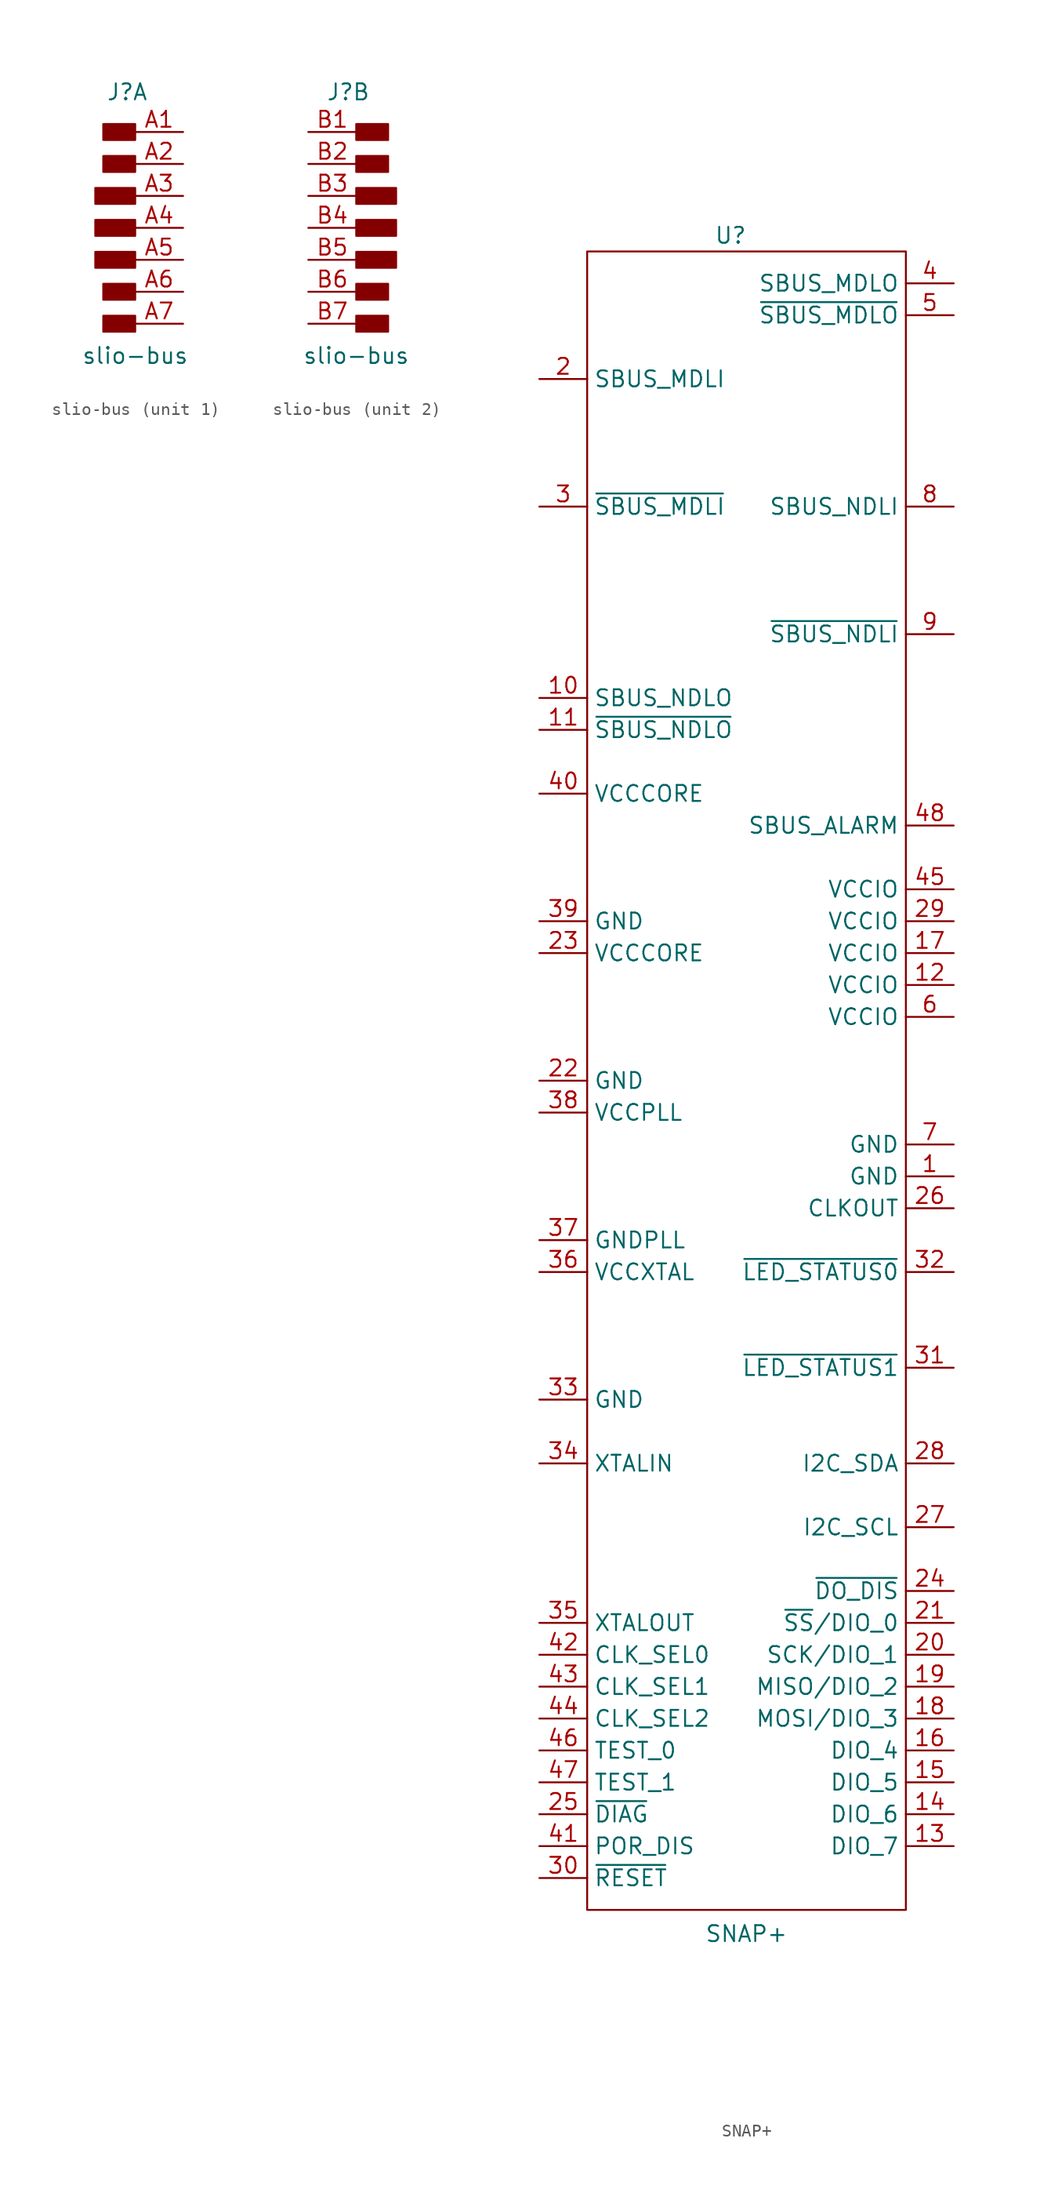
<source format=kicad_sym>
(kicad_symbol_lib
  (version 20211014)
  (generator kicad_symbol_editor)
  (symbol "slio-bus"
    (pin_names hide)
    (property "Reference" "J"
      (at -0.635 10.795 0)
      (effects (font (size 1.27 1.27))))
    (property "Value" "slio-bus"
      (at 0 -10.16 0)
      (effects (font (size 1.27 1.27))))
    (symbol "slio-bus_1_1"
      (rectangle (start -3.175 -3.175) (end 0 -1.905) (stroke (width 0) (type default) (color 0 0 0 0)) (fill (type outline)))
      (rectangle (start -3.175 -0.635) (end 0 0.635) (stroke (width 0) (type default) (color 0 0 0 0)) (fill (type outline)))
      (rectangle (start -3.175 1.905) (end 0 3.175) (stroke (width 0) (type default) (color 0 0 0 0)) (fill (type outline)))
      (rectangle (start -2.54 -8.255) (end 0 -6.985) (stroke (width 0) (type default) (color 0 0 0 0)) (fill (type outline)))
      (rectangle (start -2.54 -5.715) (end 0 -4.445) (stroke (width 0) (type default) (color 0 0 0 0)) (fill (type outline)))
      (rectangle (start -2.54 4.445) (end 0 5.715) (stroke (width 0) (type default) (color 0 0 0 0)) (fill (type outline)))
      (rectangle (start -2.54 6.985) (end 0 8.255) (stroke (width 0) (type default) (color 0 0 0 0)) (fill (type outline)))
      (pin passive line (at 3.81 7.62 180) (length 3.81) (name "A1" (effects (font (size 1.27 1.27)))) (number "A1" (effects (font (size 1.27 1.27)))))
      (pin passive line (at 3.81 5.08 180) (length 3.81) (name "A2" (effects (font (size 1.27 1.27)))) (number "A2" (effects (font (size 1.27 1.27)))))
      (pin passive line (at 3.81 2.54 180) (length 3.81) (name "A3" (effects (font (size 1.27 1.27)))) (number "A3" (effects (font (size 1.27 1.27)))))
      (pin passive line (at 3.81 0 180) (length 3.81) (name "A4" (effects (font (size 1.27 1.27)))) (number "A4" (effects (font (size 1.27 1.27)))))
      (pin passive line (at 3.81 -2.54 180) (length 3.81) (name "A5" (effects (font (size 1.27 1.27)))) (number "A5" (effects (font (size 1.27 1.27)))))
      (pin passive line (at 3.81 -5.08 180) (length 3.81) (name "A6" (effects (font (size 1.27 1.27)))) (number "A6" (effects (font (size 1.27 1.27)))))
      (pin passive line (at 3.81 -7.62 180) (length 3.81) (name "A7" (effects (font (size 1.27 1.27)))) (number "A7" (effects (font (size 1.27 1.27))))))
    (symbol "slio-bus_2_1"
      (rectangle (start 0 -6.985) (end 2.54 -8.255) (stroke (width 0) (type default) (color 0 0 0 0)) (fill (type outline)))
      (rectangle (start 0 -4.445) (end 2.54 -5.715) (stroke (width 0) (type default) (color 0 0 0 0)) (fill (type outline)))
      (rectangle (start 0 -1.905) (end 3.175 -3.175) (stroke (width 0) (type default) (color 0 0 0 0)) (fill (type outline)))
      (rectangle (start 0 0.635) (end 3.175 -0.635) (stroke (width 0) (type default) (color 0 0 0 0)) (fill (type outline)))
      (rectangle (start 0 3.175) (end 3.175 1.905) (stroke (width 0) (type default) (color 0 0 0 0)) (fill (type outline)))
      (rectangle (start 0 5.715) (end 2.54 4.445) (stroke (width 0) (type default) (color 0 0 0 0)) (fill (type outline)))
      (rectangle (start 0 8.255) (end 2.54 6.985) (stroke (width 0) (type default) (color 0 0 0 0)) (fill (type outline)))
      (pin passive line (at -3.81 7.62 0) (length 3.81) (name "B1" (effects (font (size 1.27 1.27)))) (number "B1" (effects (font (size 1.27 1.27)))))
      (pin passive line (at -3.81 5.08 0) (length 3.81) (name "B2" (effects (font (size 1.27 1.27)))) (number "B2" (effects (font (size 1.27 1.27)))))
      (pin passive line (at -3.81 2.54 0) (length 3.81) (name "B3" (effects (font (size 1.27 1.27)))) (number "B3" (effects (font (size 1.27 1.27)))))
      (pin passive line (at -3.81 0 0) (length 3.81) (name "B4" (effects (font (size 1.27 1.27)))) (number "B4" (effects (font (size 1.27 1.27)))))
      (pin passive line (at -3.81 -2.54 0) (length 3.81) (name "B5" (effects (font (size 1.27 1.27)))) (number "B5" (effects (font (size 1.27 1.27)))))
      (pin passive line (at -3.81 -5.08 0) (length 3.81) (name "B6" (effects (font (size 1.27 1.27)))) (number "B6" (effects (font (size 1.27 1.27)))))
      (pin passive line (at -3.81 -7.62 0) (length 3.81) (name "B7" (effects (font (size 1.27 1.27)))) (number "B7" (effects (font (size 1.27 1.27)))))))
  (symbol "SNAP+"
    (property "Reference" "U"
      (at -1.27 77.47 0)
      (effects (font (size 1.27 1.27))))
    (property "Value" "SNAP+"
      (at 0 -57.785 0)
      (effects (font (size 1.27 1.27))))
    (symbol "SNAP+_0_1"
      (rectangle (start -12.7 76.2) (end 12.7 -55.88) (stroke (width 0) (type default) (color 0 0 0 0)) (fill (type none))))
    (symbol "SNAP+_1_1"
      (pin power_in line (at 16.51 2.54 180) (length 3.81) (name "GND" (effects (font (size 1.27 1.27)))) (number "1" (effects (font (size 1.27 1.27)))))
      (pin output line (at -16.51 40.64 0) (length 3.81) (name "SBUS_NDLO" (effects (font (size 1.27 1.27)))) (number "10" (effects (font (size 1.27 1.27)))))
      (pin output line (at -16.51 38.1 0) (length 3.81) (name "~{SBUS_NDLO}" (effects (font (size 1.27 1.27)))) (number "11" (effects (font (size 1.27 1.27)))))
      (pin power_in line (at 16.51 17.78 180) (length 3.81) (name "VCCIO" (effects (font (size 1.27 1.27)))) (number "12" (effects (font (size 1.27 1.27)))))
      (pin bidirectional line (at 16.51 -50.8 180) (length 3.81) (name "DIO_7" (effects (font (size 1.27 1.27)))) (number "13" (effects (font (size 1.27 1.27)))))
      (pin bidirectional line (at 16.51 -48.26 180) (length 3.81) (name "DIO_6" (effects (font (size 1.27 1.27)))) (number "14" (effects (font (size 1.27 1.27)))))
      (pin bidirectional line (at 16.51 -45.72 180) (length 3.81) (name "DIO_5" (effects (font (size 1.27 1.27)))) (number "15" (effects (font (size 1.27 1.27)))))
      (pin bidirectional line (at 16.51 -43.18 180) (length 3.81) (name "DIO_4" (effects (font (size 1.27 1.27)))) (number "16" (effects (font (size 1.27 1.27)))))
      (pin power_in line (at 16.51 20.32 180) (length 3.81) (name "VCCIO" (effects (font (size 1.27 1.27)))) (number "17" (effects (font (size 1.27 1.27)))))
      (pin bidirectional line (at 16.51 -40.64 180) (length 3.81) (name "MOSI/DIO_3" (effects (font (size 1.27 1.27)))) (number "18" (effects (font (size 1.27 1.27)))))
      (pin bidirectional line (at 16.51 -38.1 180) (length 3.81) (name "MISO/DIO_2" (effects (font (size 1.27 1.27)))) (number "19" (effects (font (size 1.27 1.27)))))
      (pin input line (at -16.51 66.04 0) (length 3.81) (name "SBUS_MDLI" (effects (font (size 1.27 1.27)))) (number "2" (effects (font (size 1.27 1.27)))))
      (pin bidirectional line (at 16.51 -35.56 180) (length 3.81) (name "SCK/DIO_1" (effects (font (size 1.27 1.27)))) (number "20" (effects (font (size 1.27 1.27)))))
      (pin bidirectional line (at 16.51 -33.02 180) (length 3.81) (name "~{SS}/DIO_0" (effects (font (size 1.27 1.27)))) (number "21" (effects (font (size 1.27 1.27)))))
      (pin power_in line (at -16.51 10.16 0) (length 3.81) (name "GND" (effects (font (size 1.27 1.27)))) (number "22" (effects (font (size 1.27 1.27)))))
      (pin power_in line (at -16.51 20.32 0) (length 3.81) (name "VCCCORE" (effects (font (size 1.27 1.27)))) (number "23" (effects (font (size 1.27 1.27)))))
      (pin output line (at 16.51 -30.48 180) (length 3.81) (name "~{DO_DIS}" (effects (font (size 1.27 1.27)))) (number "24" (effects (font (size 1.27 1.27)))))
      (pin input line (at -16.51 -48.26 0) (length 3.81) (name "~{DIAG}" (effects (font (size 1.27 1.27)))) (number "25" (effects (font (size 1.27 1.27)))))
      (pin output line (at 16.51 0 180) (length 3.81) (name "CLKOUT" (effects (font (size 1.27 1.27)))) (number "26" (effects (font (size 1.27 1.27)))))
      (pin output line (at 16.51 -25.4 180) (length 3.81) (name "I2C_SCL" (effects (font (size 1.27 1.27)))) (number "27" (effects (font (size 1.27 1.27)))))
      (pin bidirectional line (at 16.51 -20.32 180) (length 3.81) (name "I2C_SDA" (effects (font (size 1.27 1.27)))) (number "28" (effects (font (size 1.27 1.27)))))
      (pin power_in line (at 16.51 22.86 180) (length 3.81) (name "VCCIO" (effects (font (size 1.27 1.27)))) (number "29" (effects (font (size 1.27 1.27)))))
      (pin input line (at -16.51 55.88 0) (length 3.81) (name "~{SBUS_MDLI}" (effects (font (size 1.27 1.27)))) (number "3" (effects (font (size 1.27 1.27)))))
      (pin input line (at -16.51 -53.34 0) (length 3.81) (name "~{RESET}" (effects (font (size 1.27 1.27)))) (number "30" (effects (font (size 1.27 1.27)))))
      (pin output line (at 16.51 -12.7 180) (length 3.81) (name "~{LED_STATUS1}" (effects (font (size 1.27 1.27)))) (number "31" (effects (font (size 1.27 1.27)))))
      (pin output line (at 16.51 -5.08 180) (length 3.81) (name "~{LED_STATUS0}" (effects (font (size 1.27 1.27)))) (number "32" (effects (font (size 1.27 1.27)))))
      (pin power_in line (at -16.51 -15.24 0) (length 3.81) (name "GND" (effects (font (size 1.27 1.27)))) (number "33" (effects (font (size 1.27 1.27)))))
      (pin input line (at -16.51 -20.32 0) (length 3.81) (name "XTALIN" (effects (font (size 1.27 1.27)))) (number "34" (effects (font (size 1.27 1.27)))))
      (pin output line (at -16.51 -33.02 0) (length 3.81) (name "XTALOUT" (effects (font (size 1.27 1.27)))) (number "35" (effects (font (size 1.27 1.27)))))
      (pin power_in line (at -16.51 -5.08 0) (length 3.81) (name "VCCXTAL" (effects (font (size 1.27 1.27)))) (number "36" (effects (font (size 1.27 1.27)))))
      (pin power_in line (at -16.51 -2.54 0) (length 3.81) (name "GNDPLL" (effects (font (size 1.27 1.27)))) (number "37" (effects (font (size 1.27 1.27)))))
      (pin power_in line (at -16.51 7.62 0) (length 3.81) (name "VCCPLL" (effects (font (size 1.27 1.27)))) (number "38" (effects (font (size 1.27 1.27)))))
      (pin power_in line (at -16.51 22.86 0) (length 3.81) (name "GND" (effects (font (size 1.27 1.27)))) (number "39" (effects (font (size 1.27 1.27)))))
      (pin output line (at 16.51 73.66 180) (length 3.81) (name "SBUS_MDLO" (effects (font (size 1.27 1.27)))) (number "4" (effects (font (size 1.27 1.27)))))
      (pin power_in line (at -16.51 33.02 0) (length 3.81) (name "VCCCORE" (effects (font (size 1.27 1.27)))) (number "40" (effects (font (size 1.27 1.27)))))
      (pin input line (at -16.51 -50.8 0) (length 3.81) (name "POR_DIS" (effects (font (size 1.27 1.27)))) (number "41" (effects (font (size 1.27 1.27)))))
      (pin input line (at -16.51 -35.56 0) (length 3.81) (name "CLK_SEL0" (effects (font (size 1.27 1.27)))) (number "42" (effects (font (size 1.27 1.27)))))
      (pin input line (at -16.51 -38.1 0) (length 3.81) (name "CLK_SEL1" (effects (font (size 1.27 1.27)))) (number "43" (effects (font (size 1.27 1.27)))))
      (pin input line (at -16.51 -40.64 0) (length 3.81) (name "CLK_SEL2" (effects (font (size 1.27 1.27)))) (number "44" (effects (font (size 1.27 1.27)))))
      (pin power_in line (at 16.51 25.4 180) (length 3.81) (name "VCCIO" (effects (font (size 1.27 1.27)))) (number "45" (effects (font (size 1.27 1.27)))))
      (pin input line (at -16.51 -43.18 0) (length 3.81) (name "TEST_0" (effects (font (size 1.27 1.27)))) (number "46" (effects (font (size 1.27 1.27)))))
      (pin input line (at -16.51 -45.72 0) (length 3.81) (name "TEST_1" (effects (font (size 1.27 1.27)))) (number "47" (effects (font (size 1.27 1.27)))))
      (pin output line (at 16.51 30.48 180) (length 3.81) (name "SBUS_ALARM" (effects (font (size 1.27 1.27)))) (number "48" (effects (font (size 1.27 1.27)))))
      (pin output line (at 16.51 71.12 180) (length 3.81) (name "~{SBUS_MDLO}" (effects (font (size 1.27 1.27)))) (number "5" (effects (font (size 1.27 1.27)))))
      (pin power_in line (at 16.51 15.24 180) (length 3.81) (name "VCCIO" (effects (font (size 1.27 1.27)))) (number "6" (effects (font (size 1.27 1.27)))))
      (pin power_in line (at 16.51 5.08 180) (length 3.81) (name "GND" (effects (font (size 1.27 1.27)))) (number "7" (effects (font (size 1.27 1.27)))))
      (pin input line (at 16.51 55.88 180) (length 3.81) (name "SBUS_NDLI" (effects (font (size 1.27 1.27)))) (number "8" (effects (font (size 1.27 1.27)))))
      (pin input line (at 16.51 45.72 180) (length 3.81) (name "~{SBUS_NDLI}" (effects (font (size 1.27 1.27)))) (number "9" (effects (font (size 1.27 1.27))))))))
</source>
